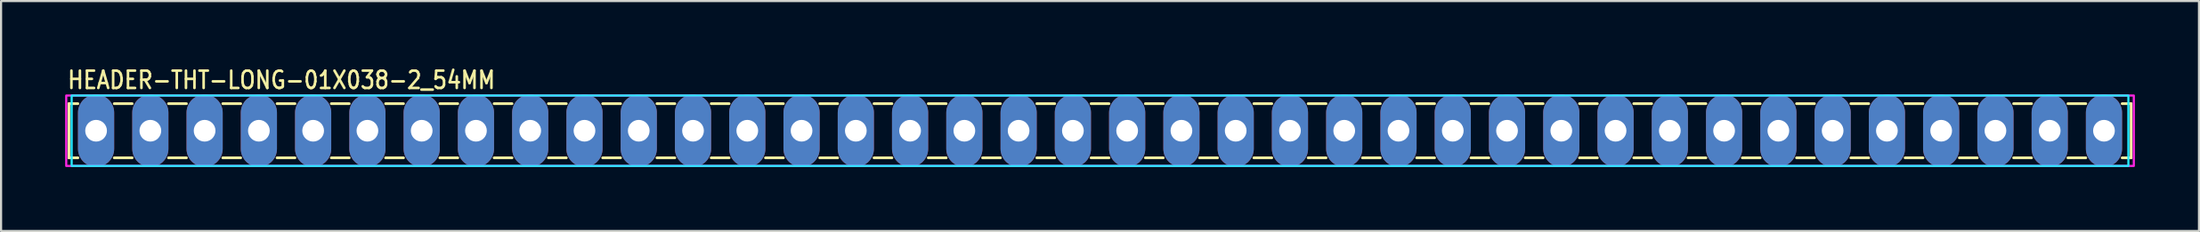
<source format=kicad_pcb>
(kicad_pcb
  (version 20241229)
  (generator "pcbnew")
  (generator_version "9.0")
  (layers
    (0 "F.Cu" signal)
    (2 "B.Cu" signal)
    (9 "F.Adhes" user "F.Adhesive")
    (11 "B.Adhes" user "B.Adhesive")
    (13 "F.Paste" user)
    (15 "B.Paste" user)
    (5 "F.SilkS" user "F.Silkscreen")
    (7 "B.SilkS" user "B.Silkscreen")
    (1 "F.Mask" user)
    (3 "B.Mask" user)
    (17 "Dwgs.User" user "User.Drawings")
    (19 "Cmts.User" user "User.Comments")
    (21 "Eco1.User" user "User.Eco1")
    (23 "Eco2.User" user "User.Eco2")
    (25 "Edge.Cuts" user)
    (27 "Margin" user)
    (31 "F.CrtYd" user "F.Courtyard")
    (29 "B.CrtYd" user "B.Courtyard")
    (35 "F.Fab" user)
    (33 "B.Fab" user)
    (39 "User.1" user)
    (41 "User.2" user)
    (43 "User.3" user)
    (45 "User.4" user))
  (footprint "HEADER-THT-LONG-01X038-2_54MM"
    (layer "F.Cu")
    (at 1.447 3.079)
    (property "Reference" "HEADER-THT-LONG-01X038-2_54MM" (at -1.4 -1.9 0) (unlocked yes) (layer "F.SilkS") (effects (font (size 0.813 0.695) (thickness 0.122)) (justify left bottom)))
    (fp_line (start -1.27 -1.27) (end -1.27 1.27) (stroke (width 0.127) (type solid)) (layer "F.SilkS"))
    (fp_line (start -1.27 1.27) (end -0.85 1.27) (stroke (width 0.127) (type solid)) (layer "F.SilkS"))
    (fp_line (start -0.85 -1.27) (end -1.27 -1.27) (stroke (width 0.127) (type solid)) (layer "F.SilkS"))
    (fp_line (start 0.85 -1.27) (end 1.69 -1.27) (stroke (width 0.127) (type solid)) (layer "F.SilkS"))
    (fp_line (start 0.85 1.27) (end 1.69 1.27) (stroke (width 0.127) (type solid)) (layer "F.SilkS"))
    (fp_line (start 3.39 -1.27) (end 4.23 -1.27) (stroke (width 0.127) (type solid)) (layer "F.SilkS"))
    (fp_line (start 3.39 1.27) (end 4.23 1.27) (stroke (width 0.127) (type solid)) (layer "F.SilkS"))
    (fp_line (start 5.93 -1.27) (end 6.77 -1.27) (stroke (width 0.127) (type solid)) (layer "F.SilkS"))
    (fp_line (start 5.93 1.27) (end 6.77 1.27) (stroke (width 0.127) (type solid)) (layer "F.SilkS"))
    (fp_line (start 8.47 -1.27) (end 9.31 -1.27) (stroke (width 0.127) (type solid)) (layer "F.SilkS"))
    (fp_line (start 8.47 1.27) (end 9.31 1.27) (stroke (width 0.127) (type solid)) (layer "F.SilkS"))
    (fp_line (start 11.01 -1.27) (end 11.85 -1.27) (stroke (width 0.127) (type solid)) (layer "F.SilkS"))
    (fp_line (start 11.01 1.27) (end 11.85 1.27) (stroke (width 0.127) (type solid)) (layer "F.SilkS"))
    (fp_line (start 13.55 -1.27) (end 14.39 -1.27) (stroke (width 0.127) (type solid)) (layer "F.SilkS"))
    (fp_line (start 13.55 1.27) (end 14.39 1.27) (stroke (width 0.127) (type solid)) (layer "F.SilkS"))
    (fp_line (start 16.09 -1.27) (end 16.93 -1.27) (stroke (width 0.127) (type solid)) (layer "F.SilkS"))
    (fp_line (start 16.09 1.27) (end 16.93 1.27) (stroke (width 0.127) (type solid)) (layer "F.SilkS"))
    (fp_line (start 18.63 -1.27) (end 19.47 -1.27) (stroke (width 0.127) (type solid)) (layer "F.SilkS"))
    (fp_line (start 18.63 1.27) (end 19.47 1.27) (stroke (width 0.127) (type solid)) (layer "F.SilkS"))
    (fp_line (start 21.17 -1.27) (end 22.01 -1.27) (stroke (width 0.127) (type solid)) (layer "F.SilkS"))
    (fp_line (start 21.17 1.27) (end 22.01 1.27) (stroke (width 0.127) (type solid)) (layer "F.SilkS"))
    (fp_line (start 23.71 -1.27) (end 24.55 -1.27) (stroke (width 0.127) (type solid)) (layer "F.SilkS"))
    (fp_line (start 23.71 1.27) (end 24.55 1.27) (stroke (width 0.127) (type solid)) (layer "F.SilkS"))
    (fp_line (start 26.25 -1.27) (end 27.09 -1.27) (stroke (width 0.127) (type solid)) (layer "F.SilkS"))
    (fp_line (start 26.25 1.27) (end 27.09 1.27) (stroke (width 0.127) (type solid)) (layer "F.SilkS"))
    (fp_line (start 28.79 -1.27) (end 29.63 -1.27) (stroke (width 0.127) (type solid)) (layer "F.SilkS"))
    (fp_line (start 28.79 1.27) (end 29.63 1.27) (stroke (width 0.127) (type solid)) (layer "F.SilkS"))
    (fp_line (start 31.33 -1.27) (end 32.17 -1.27) (stroke (width 0.127) (type solid)) (layer "F.SilkS"))
    (fp_line (start 31.33 1.27) (end 32.17 1.27) (stroke (width 0.127) (type solid)) (layer "F.SilkS"))
    (fp_line (start 33.87 -1.27) (end 34.71 -1.27) (stroke (width 0.127) (type solid)) (layer "F.SilkS"))
    (fp_line (start 33.87 1.27) (end 34.71 1.27) (stroke (width 0.127) (type solid)) (layer "F.SilkS"))
    (fp_line (start 36.41 -1.27) (end 37.25 -1.27) (stroke (width 0.127) (type solid)) (layer "F.SilkS"))
    (fp_line (start 36.41 1.27) (end 37.25 1.27) (stroke (width 0.127) (type solid)) (layer "F.SilkS"))
    (fp_line (start 38.95 -1.27) (end 39.79 -1.27) (stroke (width 0.127) (type solid)) (layer "F.SilkS"))
    (fp_line (start 38.95 1.27) (end 39.79 1.27) (stroke (width 0.127) (type solid)) (layer "F.SilkS"))
    (fp_line (start 41.49 -1.27) (end 42.33 -1.27) (stroke (width 0.127) (type solid)) (layer "F.SilkS"))
    (fp_line (start 41.49 1.27) (end 42.33 1.27) (stroke (width 0.127) (type solid)) (layer "F.SilkS"))
    (fp_line (start 44.03 -1.27) (end 44.87 -1.27) (stroke (width 0.127) (type solid)) (layer "F.SilkS"))
    (fp_line (start 44.03 1.27) (end 44.87 1.27) (stroke (width 0.127) (type solid)) (layer "F.SilkS"))
    (fp_line (start 46.57 -1.27) (end 47.41 -1.27) (stroke (width 0.127) (type solid)) (layer "F.SilkS"))
    (fp_line (start 46.57 1.27) (end 47.41 1.27) (stroke (width 0.127) (type solid)) (layer "F.SilkS"))
    (fp_line (start 49.11 -1.27) (end 49.95 -1.27) (stroke (width 0.127) (type solid)) (layer "F.SilkS"))
    (fp_line (start 49.11 1.27) (end 49.95 1.27) (stroke (width 0.127) (type solid)) (layer "F.SilkS"))
    (fp_line (start 51.65 -1.27) (end 52.49 -1.27) (stroke (width 0.127) (type solid)) (layer "F.SilkS"))
    (fp_line (start 51.65 1.27) (end 52.49 1.27) (stroke (width 0.127) (type solid)) (layer "F.SilkS"))
    (fp_line (start 54.19 -1.27) (end 55.03 -1.27) (stroke (width 0.127) (type solid)) (layer "F.SilkS"))
    (fp_line (start 54.19 1.27) (end 55.03 1.27) (stroke (width 0.127) (type solid)) (layer "F.SilkS"))
    (fp_line (start 56.73 -1.27) (end 57.57 -1.27) (stroke (width 0.127) (type solid)) (layer "F.SilkS"))
    (fp_line (start 56.73 1.27) (end 57.57 1.27) (stroke (width 0.127) (type solid)) (layer "F.SilkS"))
    (fp_line (start 59.27 -1.27) (end 60.11 -1.27) (stroke (width 0.127) (type solid)) (layer "F.SilkS"))
    (fp_line (start 59.27 1.27) (end 60.11 1.27) (stroke (width 0.127) (type solid)) (layer "F.SilkS"))
    (fp_line (start 61.81 -1.27) (end 62.65 -1.27) (stroke (width 0.127) (type solid)) (layer "F.SilkS"))
    (fp_line (start 61.81 1.27) (end 62.65 1.27) (stroke (width 0.127) (type solid)) (layer "F.SilkS"))
    (fp_line (start 64.35 -1.27) (end 65.19 -1.27) (stroke (width 0.127) (type solid)) (layer "F.SilkS"))
    (fp_line (start 64.35 1.27) (end 65.19 1.27) (stroke (width 0.127) (type solid)) (layer "F.SilkS"))
    (fp_line (start 66.89 -1.27) (end 67.73 -1.27) (stroke (width 0.127) (type solid)) (layer "F.SilkS"))
    (fp_line (start 66.89 1.27) (end 67.73 1.27) (stroke (width 0.127) (type solid)) (layer "F.SilkS"))
    (fp_line (start 69.43 -1.27) (end 70.27 -1.27) (stroke (width 0.127) (type solid)) (layer "F.SilkS"))
    (fp_line (start 69.43 1.27) (end 70.27 1.27) (stroke (width 0.127) (type solid)) (layer "F.SilkS"))
    (fp_line (start 71.97 -1.27) (end 72.81 -1.27) (stroke (width 0.127) (type solid)) (layer "F.SilkS"))
    (fp_line (start 71.97 1.27) (end 72.81 1.27) (stroke (width 0.127) (type solid)) (layer "F.SilkS"))
    (fp_line (start 74.51 -1.27) (end 75.35 -1.27) (stroke (width 0.127) (type solid)) (layer "F.SilkS"))
    (fp_line (start 74.51 1.27) (end 75.35 1.27) (stroke (width 0.127) (type solid)) (layer "F.SilkS"))
    (fp_line (start 77.05 -1.27) (end 77.89 -1.27) (stroke (width 0.127) (type solid)) (layer "F.SilkS"))
    (fp_line (start 77.05 1.27) (end 77.89 1.27) (stroke (width 0.127) (type solid)) (layer "F.SilkS"))
    (fp_line (start 79.59 -1.27) (end 80.43 -1.27) (stroke (width 0.127) (type solid)) (layer "F.SilkS"))
    (fp_line (start 79.59 1.27) (end 80.43 1.27) (stroke (width 0.127) (type solid)) (layer "F.SilkS"))
    (fp_line (start 82.13 -1.27) (end 82.97 -1.27) (stroke (width 0.127) (type solid)) (layer "F.SilkS"))
    (fp_line (start 82.13 1.27) (end 82.97 1.27) (stroke (width 0.127) (type solid)) (layer "F.SilkS"))
    (fp_line (start 84.67 -1.27) (end 85.51 -1.27) (stroke (width 0.127) (type solid)) (layer "F.SilkS"))
    (fp_line (start 84.67 1.27) (end 85.51 1.27) (stroke (width 0.127) (type solid)) (layer "F.SilkS"))
    (fp_line (start 87.21 -1.27) (end 88.05 -1.27) (stroke (width 0.127) (type solid)) (layer "F.SilkS"))
    (fp_line (start 87.21 1.27) (end 88.05 1.27) (stroke (width 0.127) (type solid)) (layer "F.SilkS"))
    (fp_line (start 89.75 -1.27) (end 90.59 -1.27) (stroke (width 0.127) (type solid)) (layer "F.SilkS"))
    (fp_line (start 89.75 1.27) (end 90.59 1.27) (stroke (width 0.127) (type solid)) (layer "F.SilkS"))
    (fp_line (start 92.29 -1.27) (end 93.13 -1.27) (stroke (width 0.127) (type solid)) (layer "F.SilkS"))
    (fp_line (start 92.29 1.27) (end 93.13 1.27) (stroke (width 0.127) (type solid)) (layer "F.SilkS"))
    (fp_line (start 94.83 -1.27) (end 95.25 -1.27) (stroke (width 0.127) (type solid)) (layer "F.SilkS"))
    (fp_line (start 95.25 -1.27) (end 95.25 1.27) (stroke (width 0.127) (type solid)) (layer "F.SilkS"))
    (fp_line (start 95.25 1.27) (end 94.83 1.27) (stroke (width 0.127) (type solid)) (layer "F.SilkS"))
    (fp_poly (pts (xy -1.143 -1.651) (xy 95.123 -1.651) (xy 95.123 1.651) (xy -1.143 1.651)) (stroke (width 0.1) (type solid)) (fill no) (layer "B.CrtYd"))
    (fp_poly (pts (xy -1.397 -1.651) (xy 95.377 -1.651) (xy 95.377 1.651) (xy -1.397 1.651)) (stroke (width 0.1) (type solid)) (fill no) (layer "F.CrtYd"))
    (pad "1" thru_hole oval (at 0 0 90) (size 3.387 1.693) (drill 1.016) (layers "*.Cu" "*.Mask"))
    (pad "2" thru_hole oval (at 2.54 0 90) (size 3.387 1.693) (drill 1.016) (layers "*.Cu" "*.Mask"))
    (pad "3" thru_hole oval (at 5.08 0 90) (size 3.387 1.693) (drill 1.016) (layers "*.Cu" "*.Mask"))
    (pad "4" thru_hole oval (at 7.62 0 90) (size 3.387 1.693) (drill 1.016) (layers "*.Cu" "*.Mask"))
    (pad "5" thru_hole oval (at 10.16 0 90) (size 3.387 1.693) (drill 1.016) (layers "*.Cu" "*.Mask"))
    (pad "6" thru_hole oval (at 12.7 0 90) (size 3.387 1.693) (drill 1.016) (layers "*.Cu" "*.Mask"))
    (pad "7" thru_hole oval (at 15.24 0 90) (size 3.387 1.693) (drill 1.016) (layers "*.Cu" "*.Mask"))
    (pad "8" thru_hole oval (at 17.78 0 90) (size 3.387 1.693) (drill 1.016) (layers "*.Cu" "*.Mask"))
    (pad "9" thru_hole oval (at 20.32 0 90) (size 3.387 1.693) (drill 1.016) (layers "*.Cu" "*.Mask"))
    (pad "10" thru_hole oval (at 22.86 0 90) (size 3.387 1.693) (drill 1.016) (layers "*.Cu" "*.Mask"))
    (pad "11" thru_hole oval (at 25.4 0 90) (size 3.387 1.693) (drill 1.016) (layers "*.Cu" "*.Mask"))
    (pad "12" thru_hole oval (at 27.94 0 90) (size 3.387 1.693) (drill 1.016) (layers "*.Cu" "*.Mask"))
    (pad "13" thru_hole oval (at 30.48 0 90) (size 3.387 1.693) (drill 1.016) (layers "*.Cu" "*.Mask"))
    (pad "14" thru_hole oval (at 33.02 0 90) (size 3.387 1.693) (drill 1.016) (layers "*.Cu" "*.Mask"))
    (pad "15" thru_hole oval (at 35.56 0 90) (size 3.387 1.693) (drill 1.016) (layers "*.Cu" "*.Mask"))
    (pad "16" thru_hole oval (at 38.1 0 90) (size 3.387 1.693) (drill 1.016) (layers "*.Cu" "*.Mask"))
    (pad "17" thru_hole oval (at 40.64 0 90) (size 3.387 1.693) (drill 1.016) (layers "*.Cu" "*.Mask"))
    (pad "18" thru_hole oval (at 43.18 0 90) (size 3.387 1.693) (drill 1.016) (layers "*.Cu" "*.Mask"))
    (pad "19" thru_hole oval (at 45.72 0 90) (size 3.387 1.693) (drill 1.016) (layers "*.Cu" "*.Mask"))
    (pad "20" thru_hole oval (at 48.26 0 90) (size 3.387 1.693) (drill 1.016) (layers "*.Cu" "*.Mask"))
    (pad "21" thru_hole oval (at 50.8 0 90) (size 3.387 1.693) (drill 1.016) (layers "*.Cu" "*.Mask"))
    (pad "22" thru_hole oval (at 53.34 0 90) (size 3.387 1.693) (drill 1.016) (layers "*.Cu" "*.Mask"))
    (pad "23" thru_hole oval (at 55.88 0 90) (size 3.387 1.693) (drill 1.016) (layers "*.Cu" "*.Mask"))
    (pad "24" thru_hole oval (at 58.42 0 90) (size 3.387 1.693) (drill 1.016) (layers "*.Cu" "*.Mask"))
    (pad "25" thru_hole oval (at 60.96 0 90) (size 3.387 1.693) (drill 1.016) (layers "*.Cu" "*.Mask"))
    (pad "26" thru_hole oval (at 63.5 0 90) (size 3.387 1.693) (drill 1.016) (layers "*.Cu" "*.Mask"))
    (pad "27" thru_hole oval (at 66.04 0 90) (size 3.387 1.693) (drill 1.016) (layers "*.Cu" "*.Mask"))
    (pad "28" thru_hole oval (at 68.58 0 90) (size 3.387 1.693) (drill 1.016) (layers "*.Cu" "*.Mask"))
    (pad "29" thru_hole oval (at 71.12 0 90) (size 3.387 1.693) (drill 1.016) (layers "*.Cu" "*.Mask"))
    (pad "30" thru_hole oval (at 73.66 0 90) (size 3.387 1.693) (drill 1.016) (layers "*.Cu" "*.Mask"))
    (pad "31" thru_hole oval (at 76.2 0 90) (size 3.387 1.693) (drill 1.016) (layers "*.Cu" "*.Mask"))
    (pad "32" thru_hole oval (at 78.74 0 90) (size 3.387 1.693) (drill 1.016) (layers "*.Cu" "*.Mask"))
    (pad "33" thru_hole oval (at 81.28 0 90) (size 3.387 1.693) (drill 1.016) (layers "*.Cu" "*.Mask"))
    (pad "34" thru_hole oval (at 83.82 0 90) (size 3.387 1.693) (drill 1.016) (layers "*.Cu" "*.Mask"))
    (pad "35" thru_hole oval (at 86.36 0 90) (size 3.387 1.693) (drill 1.016) (layers "*.Cu" "*.Mask"))
    (pad "36" thru_hole oval (at 88.9 0 90) (size 3.387 1.693) (drill 1.016) (layers "*.Cu" "*.Mask"))
    (pad "37" thru_hole oval (at 91.44 0 90) (size 3.387 1.693) (drill 1.016) (layers "*.Cu" "*.Mask"))
    (pad "38" thru_hole oval (at 93.98 0 90) (size 3.387 1.693) (drill 1.016) (layers "*.Cu" "*.Mask")))
  (gr_rect
    (start -3 -3)
    (end 99.874 7.78)
    (stroke (width 0.1) (type default))
    (fill no)
    (layer "Edge.Cuts")))
</source>
